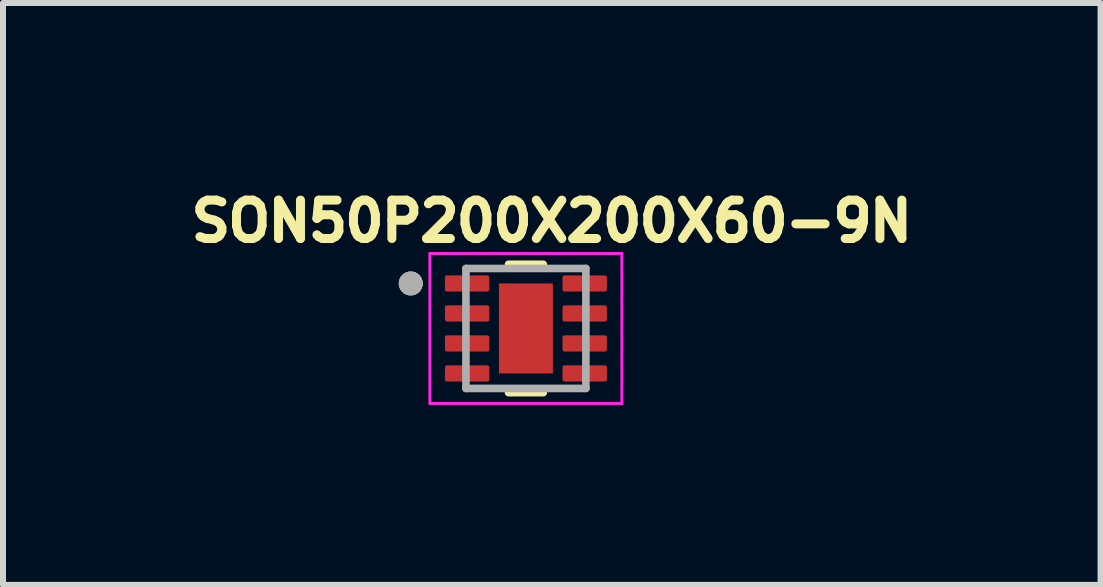
<source format=kicad_pcb>
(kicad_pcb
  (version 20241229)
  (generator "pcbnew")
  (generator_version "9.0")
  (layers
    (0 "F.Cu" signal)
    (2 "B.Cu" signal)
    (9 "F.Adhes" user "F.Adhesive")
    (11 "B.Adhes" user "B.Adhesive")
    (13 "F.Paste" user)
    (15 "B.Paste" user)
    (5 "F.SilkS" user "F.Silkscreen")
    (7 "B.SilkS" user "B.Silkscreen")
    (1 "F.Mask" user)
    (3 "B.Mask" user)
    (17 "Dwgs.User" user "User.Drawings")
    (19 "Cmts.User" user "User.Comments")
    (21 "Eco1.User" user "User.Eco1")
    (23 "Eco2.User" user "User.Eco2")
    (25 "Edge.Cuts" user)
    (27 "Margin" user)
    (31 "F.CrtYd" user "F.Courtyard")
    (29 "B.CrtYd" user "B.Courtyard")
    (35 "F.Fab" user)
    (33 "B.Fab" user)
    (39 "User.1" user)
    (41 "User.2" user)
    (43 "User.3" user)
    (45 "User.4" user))
  (footprint "SON50P200X200X60-9N"
    (layer "F.Cu")
    (at 5.718 2.426)
    (property "Reference" "SON50P200X200X60-9N" (at 0.432 -1.788 0) (layer "F.SilkS") (effects (font (size 0.64 0.64) (thickness 0.15))))
    (attr smd)
    (fp_poly (pts (xy -0.5 0.8) (xy -0.5 -0.8) (xy 0.5 -0.8) (xy 0.5 0.8)) (stroke (width 0.01) (type solid)) (fill yes) (layer "F.Mask"))
    (fp_poly (pts (xy -1.355 -0.935) (xy -0.605 -0.935) (xy -0.603 -0.935) (xy -0.6 -0.935) (xy -0.598 -0.934) (xy -0.596 -0.934) (xy -0.593 -0.933) (xy -0.591 -0.933) (xy -0.589 -0.932) (xy -0.587 -0.931) (xy -0.585 -0.93) (xy -0.583 -0.929) (xy -0.58 -0.928) (xy -0.579 -0.926) (xy -0.577 -0.925) (xy -0.575 -0.923) (xy -0.573 -0.922) (xy -0.572 -0.92) (xy -0.57 -0.918) (xy -0.569 -0.916) (xy -0.567 -0.915) (xy -0.566 -0.913) (xy -0.565 -0.91) (xy -0.564 -0.908) (xy -0.563 -0.906) (xy -0.562 -0.904) (xy -0.562 -0.902) (xy -0.561 -0.899) (xy -0.561 -0.897) (xy -0.56 -0.895) (xy -0.56 -0.892) (xy -0.56 -0.89) (xy -0.56 -0.61) (xy -0.56 -0.608) (xy -0.56 -0.605) (xy -0.561 -0.603) (xy -0.561 -0.601) (xy -0.562 -0.598) (xy -0.562 -0.596) (xy -0.563 -0.594) (xy -0.564 -0.592) (xy -0.565 -0.59) (xy -0.566 -0.587) (xy -0.567 -0.585) (xy -0.569 -0.584) (xy -0.57 -0.582) (xy -0.572 -0.58) (xy -0.573 -0.578) (xy -0.575 -0.577) (xy -0.577 -0.575) (xy -0.579 -0.574) (xy -0.58 -0.572) (xy -0.583 -0.571) (xy -0.585 -0.57) (xy -0.587 -0.569) (xy -0.589 -0.568) (xy -0.591 -0.567) (xy -0.593 -0.567) (xy -0.596 -0.566) (xy -0.598 -0.566) (xy -0.6 -0.565) (xy -0.603 -0.565) (xy -0.605 -0.565) (xy -1.355 -0.565) (xy -1.357 -0.565) (xy -1.36 -0.565) (xy -1.362 -0.566) (xy -1.364 -0.566) (xy -1.367 -0.567) (xy -1.369 -0.567) (xy -1.371 -0.568) (xy -1.373 -0.569) (xy -1.375 -0.57) (xy -1.377 -0.571) (xy -1.38 -0.572) (xy -1.381 -0.574) (xy -1.383 -0.575) (xy -1.385 -0.577) (xy -1.387 -0.578) (xy -1.388 -0.58) (xy -1.39 -0.582) (xy -1.391 -0.584) (xy -1.393 -0.585) (xy -1.394 -0.587) (xy -1.395 -0.59) (xy -1.396 -0.592) (xy -1.397 -0.594) (xy -1.398 -0.596) (xy -1.398 -0.598) (xy -1.399 -0.601) (xy -1.399 -0.603) (xy -1.4 -0.605) (xy -1.4 -0.608) (xy -1.4 -0.61) (xy -1.4 -0.89) (xy -1.4 -0.892) (xy -1.4 -0.895) (xy -1.399 -0.897) (xy -1.399 -0.899) (xy -1.398 -0.902) (xy -1.398 -0.904) (xy -1.397 -0.906) (xy -1.396 -0.908) (xy -1.395 -0.91) (xy -1.394 -0.913) (xy -1.393 -0.915) (xy -1.391 -0.916) (xy -1.39 -0.918) (xy -1.388 -0.92) (xy -1.387 -0.922) (xy -1.385 -0.923) (xy -1.383 -0.925) (xy -1.381 -0.926) (xy -1.38 -0.928) (xy -1.377 -0.929) (xy -1.375 -0.93) (xy -1.373 -0.931) (xy -1.371 -0.932) (xy -1.369 -0.933) (xy -1.367 -0.933) (xy -1.364 -0.934) (xy -1.362 -0.934) (xy -1.36 -0.935) (xy -1.357 -0.935) (xy -1.355 -0.935)) (stroke (width 0.01) (type solid)) (fill yes) (layer "F.Mask"))
    (fp_poly (pts (xy -1.355 -0.435) (xy -0.605 -0.435) (xy -0.603 -0.435) (xy -0.6 -0.435) (xy -0.598 -0.434) (xy -0.596 -0.434) (xy -0.593 -0.433) (xy -0.591 -0.433) (xy -0.589 -0.432) (xy -0.587 -0.431) (xy -0.585 -0.43) (xy -0.583 -0.429) (xy -0.58 -0.428) (xy -0.579 -0.426) (xy -0.577 -0.425) (xy -0.575 -0.423) (xy -0.573 -0.422) (xy -0.572 -0.42) (xy -0.57 -0.418) (xy -0.569 -0.416) (xy -0.567 -0.415) (xy -0.566 -0.412) (xy -0.565 -0.41) (xy -0.564 -0.408) (xy -0.563 -0.406) (xy -0.562 -0.404) (xy -0.562 -0.402) (xy -0.561 -0.399) (xy -0.561 -0.397) (xy -0.56 -0.395) (xy -0.56 -0.392) (xy -0.56 -0.39) (xy -0.56 -0.11) (xy -0.56 -0.108) (xy -0.56 -0.105) (xy -0.561 -0.103) (xy -0.561 -0.101) (xy -0.562 -0.098) (xy -0.562 -0.096) (xy -0.563 -0.094) (xy -0.564 -0.092) (xy -0.565 -0.09) (xy -0.566 -0.087) (xy -0.567 -0.085) (xy -0.569 -0.084) (xy -0.57 -0.082) (xy -0.572 -0.08) (xy -0.573 -0.078) (xy -0.575 -0.077) (xy -0.577 -0.075) (xy -0.579 -0.074) (xy -0.58 -0.072) (xy -0.583 -0.071) (xy -0.585 -0.07) (xy -0.587 -0.069) (xy -0.589 -0.068) (xy -0.591 -0.067) (xy -0.593 -0.067) (xy -0.596 -0.066) (xy -0.598 -0.066) (xy -0.6 -0.065) (xy -0.603 -0.065) (xy -0.605 -0.065) (xy -1.355 -0.065) (xy -1.357 -0.065) (xy -1.36 -0.065) (xy -1.362 -0.066) (xy -1.364 -0.066) (xy -1.367 -0.067) (xy -1.369 -0.067) (xy -1.371 -0.068) (xy -1.373 -0.069) (xy -1.375 -0.07) (xy -1.377 -0.071) (xy -1.38 -0.072) (xy -1.381 -0.074) (xy -1.383 -0.075) (xy -1.385 -0.077) (xy -1.387 -0.078) (xy -1.388 -0.08) (xy -1.39 -0.082) (xy -1.391 -0.084) (xy -1.393 -0.085) (xy -1.394 -0.087) (xy -1.395 -0.09) (xy -1.396 -0.092) (xy -1.397 -0.094) (xy -1.398 -0.096) (xy -1.398 -0.098) (xy -1.399 -0.101) (xy -1.399 -0.103) (xy -1.4 -0.105) (xy -1.4 -0.108) (xy -1.4 -0.11) (xy -1.4 -0.39) (xy -1.4 -0.392) (xy -1.4 -0.395) (xy -1.399 -0.397) (xy -1.399 -0.399) (xy -1.398 -0.402) (xy -1.398 -0.404) (xy -1.397 -0.406) (xy -1.396 -0.408) (xy -1.395 -0.41) (xy -1.394 -0.412) (xy -1.393 -0.415) (xy -1.391 -0.416) (xy -1.39 -0.418) (xy -1.388 -0.42) (xy -1.387 -0.422) (xy -1.385 -0.423) (xy -1.383 -0.425) (xy -1.381 -0.426) (xy -1.38 -0.428) (xy -1.377 -0.429) (xy -1.375 -0.43) (xy -1.373 -0.431) (xy -1.371 -0.432) (xy -1.369 -0.433) (xy -1.367 -0.433) (xy -1.364 -0.434) (xy -1.362 -0.434) (xy -1.36 -0.435) (xy -1.357 -0.435) (xy -1.355 -0.435)) (stroke (width 0.01) (type solid)) (fill yes) (layer "F.Mask"))
    (fp_poly (pts (xy -1.355 0.065) (xy -0.605 0.065) (xy -0.603 0.065) (xy -0.6 0.065) (xy -0.598 0.066) (xy -0.596 0.066) (xy -0.593 0.067) (xy -0.591 0.067) (xy -0.589 0.068) (xy -0.587 0.069) (xy -0.585 0.07) (xy -0.583 0.071) (xy -0.58 0.072) (xy -0.579 0.074) (xy -0.577 0.075) (xy -0.575 0.077) (xy -0.573 0.078) (xy -0.572 0.08) (xy -0.57 0.082) (xy -0.569 0.084) (xy -0.567 0.085) (xy -0.566 0.087) (xy -0.565 0.09) (xy -0.564 0.092) (xy -0.563 0.094) (xy -0.562 0.096) (xy -0.562 0.098) (xy -0.561 0.101) (xy -0.561 0.103) (xy -0.56 0.105) (xy -0.56 0.108) (xy -0.56 0.11) (xy -0.56 0.39) (xy -0.56 0.392) (xy -0.56 0.395) (xy -0.561 0.397) (xy -0.561 0.399) (xy -0.562 0.402) (xy -0.562 0.404) (xy -0.563 0.406) (xy -0.564 0.408) (xy -0.565 0.41) (xy -0.566 0.412) (xy -0.567 0.415) (xy -0.569 0.416) (xy -0.57 0.418) (xy -0.572 0.42) (xy -0.573 0.422) (xy -0.575 0.423) (xy -0.577 0.425) (xy -0.579 0.426) (xy -0.58 0.428) (xy -0.583 0.429) (xy -0.585 0.43) (xy -0.587 0.431) (xy -0.589 0.432) (xy -0.591 0.433) (xy -0.593 0.433) (xy -0.596 0.434) (xy -0.598 0.434) (xy -0.6 0.435) (xy -0.603 0.435) (xy -0.605 0.435) (xy -1.355 0.435) (xy -1.357 0.435) (xy -1.36 0.435) (xy -1.362 0.434) (xy -1.364 0.434) (xy -1.367 0.433) (xy -1.369 0.433) (xy -1.371 0.432) (xy -1.373 0.431) (xy -1.375 0.43) (xy -1.377 0.429) (xy -1.38 0.428) (xy -1.381 0.426) (xy -1.383 0.425) (xy -1.385 0.423) (xy -1.387 0.422) (xy -1.388 0.42) (xy -1.39 0.418) (xy -1.391 0.416) (xy -1.393 0.415) (xy -1.394 0.412) (xy -1.395 0.41) (xy -1.396 0.408) (xy -1.397 0.406) (xy -1.398 0.404) (xy -1.398 0.402) (xy -1.399 0.399) (xy -1.399 0.397) (xy -1.4 0.395) (xy -1.4 0.392) (xy -1.4 0.39) (xy -1.4 0.11) (xy -1.4 0.108) (xy -1.4 0.105) (xy -1.399 0.103) (xy -1.399 0.101) (xy -1.398 0.098) (xy -1.398 0.096) (xy -1.397 0.094) (xy -1.396 0.092) (xy -1.395 0.09) (xy -1.394 0.087) (xy -1.393 0.085) (xy -1.391 0.084) (xy -1.39 0.082) (xy -1.388 0.08) (xy -1.387 0.078) (xy -1.385 0.077) (xy -1.383 0.075) (xy -1.381 0.074) (xy -1.38 0.072) (xy -1.377 0.071) (xy -1.375 0.07) (xy -1.373 0.069) (xy -1.371 0.068) (xy -1.369 0.067) (xy -1.367 0.067) (xy -1.364 0.066) (xy -1.362 0.066) (xy -1.36 0.065) (xy -1.357 0.065) (xy -1.355 0.065)) (stroke (width 0.01) (type solid)) (fill yes) (layer "F.Mask"))
    (fp_poly (pts (xy -1.355 0.565) (xy -0.605 0.565) (xy -0.603 0.565) (xy -0.6 0.565) (xy -0.598 0.566) (xy -0.596 0.566) (xy -0.593 0.567) (xy -0.591 0.567) (xy -0.589 0.568) (xy -0.587 0.569) (xy -0.585 0.57) (xy -0.583 0.571) (xy -0.58 0.572) (xy -0.579 0.574) (xy -0.577 0.575) (xy -0.575 0.577) (xy -0.573 0.578) (xy -0.572 0.58) (xy -0.57 0.582) (xy -0.569 0.584) (xy -0.567 0.585) (xy -0.566 0.587) (xy -0.565 0.59) (xy -0.564 0.592) (xy -0.563 0.594) (xy -0.562 0.596) (xy -0.562 0.598) (xy -0.561 0.601) (xy -0.561 0.603) (xy -0.56 0.605) (xy -0.56 0.608) (xy -0.56 0.61) (xy -0.56 0.89) (xy -0.56 0.892) (xy -0.56 0.895) (xy -0.561 0.897) (xy -0.561 0.899) (xy -0.562 0.902) (xy -0.562 0.904) (xy -0.563 0.906) (xy -0.564 0.908) (xy -0.565 0.91) (xy -0.566 0.913) (xy -0.567 0.915) (xy -0.569 0.916) (xy -0.57 0.918) (xy -0.572 0.92) (xy -0.573 0.922) (xy -0.575 0.923) (xy -0.577 0.925) (xy -0.579 0.926) (xy -0.58 0.928) (xy -0.583 0.929) (xy -0.585 0.93) (xy -0.587 0.931) (xy -0.589 0.932) (xy -0.591 0.933) (xy -0.593 0.933) (xy -0.596 0.934) (xy -0.598 0.934) (xy -0.6 0.935) (xy -0.603 0.935) (xy -0.605 0.935) (xy -1.355 0.935) (xy -1.357 0.935) (xy -1.36 0.935) (xy -1.362 0.934) (xy -1.364 0.934) (xy -1.367 0.933) (xy -1.369 0.933) (xy -1.371 0.932) (xy -1.373 0.931) (xy -1.375 0.93) (xy -1.377 0.929) (xy -1.38 0.928) (xy -1.381 0.926) (xy -1.383 0.925) (xy -1.385 0.923) (xy -1.387 0.922) (xy -1.388 0.92) (xy -1.39 0.918) (xy -1.391 0.916) (xy -1.393 0.915) (xy -1.394 0.913) (xy -1.395 0.91) (xy -1.396 0.908) (xy -1.397 0.906) (xy -1.398 0.904) (xy -1.398 0.902) (xy -1.399 0.899) (xy -1.399 0.897) (xy -1.4 0.895) (xy -1.4 0.892) (xy -1.4 0.89) (xy -1.4 0.61) (xy -1.4 0.608) (xy -1.4 0.605) (xy -1.399 0.603) (xy -1.399 0.601) (xy -1.398 0.598) (xy -1.398 0.596) (xy -1.397 0.594) (xy -1.396 0.592) (xy -1.395 0.59) (xy -1.394 0.587) (xy -1.393 0.585) (xy -1.391 0.584) (xy -1.39 0.582) (xy -1.388 0.58) (xy -1.387 0.578) (xy -1.385 0.577) (xy -1.383 0.575) (xy -1.381 0.574) (xy -1.38 0.572) (xy -1.377 0.571) (xy -1.375 0.57) (xy -1.373 0.569) (xy -1.371 0.568) (xy -1.369 0.567) (xy -1.367 0.567) (xy -1.364 0.566) (xy -1.362 0.566) (xy -1.36 0.565) (xy -1.357 0.565) (xy -1.355 0.565)) (stroke (width 0.01) (type solid)) (fill yes) (layer "F.Mask"))
    (fp_poly (pts (xy 0.605 -0.935) (xy 1.355 -0.935) (xy 1.357 -0.935) (xy 1.36 -0.935) (xy 1.362 -0.934) (xy 1.364 -0.934) (xy 1.367 -0.933) (xy 1.369 -0.933) (xy 1.371 -0.932) (xy 1.373 -0.931) (xy 1.375 -0.93) (xy 1.377 -0.929) (xy 1.38 -0.928) (xy 1.381 -0.926) (xy 1.383 -0.925) (xy 1.385 -0.923) (xy 1.387 -0.922) (xy 1.388 -0.92) (xy 1.39 -0.918) (xy 1.391 -0.916) (xy 1.393 -0.915) (xy 1.394 -0.913) (xy 1.395 -0.91) (xy 1.396 -0.908) (xy 1.397 -0.906) (xy 1.398 -0.904) (xy 1.398 -0.902) (xy 1.399 -0.899) (xy 1.399 -0.897) (xy 1.4 -0.895) (xy 1.4 -0.892) (xy 1.4 -0.89) (xy 1.4 -0.61) (xy 1.4 -0.608) (xy 1.4 -0.605) (xy 1.399 -0.603) (xy 1.399 -0.601) (xy 1.398 -0.598) (xy 1.398 -0.596) (xy 1.397 -0.594) (xy 1.396 -0.592) (xy 1.395 -0.59) (xy 1.394 -0.587) (xy 1.393 -0.585) (xy 1.391 -0.584) (xy 1.39 -0.582) (xy 1.388 -0.58) (xy 1.387 -0.578) (xy 1.385 -0.577) (xy 1.383 -0.575) (xy 1.381 -0.574) (xy 1.38 -0.572) (xy 1.377 -0.571) (xy 1.375 -0.57) (xy 1.373 -0.569) (xy 1.371 -0.568) (xy 1.369 -0.567) (xy 1.367 -0.567) (xy 1.364 -0.566) (xy 1.362 -0.566) (xy 1.36 -0.565) (xy 1.357 -0.565) (xy 1.355 -0.565) (xy 0.605 -0.565) (xy 0.603 -0.565) (xy 0.6 -0.565) (xy 0.598 -0.566) (xy 0.596 -0.566) (xy 0.593 -0.567) (xy 0.591 -0.567) (xy 0.589 -0.568) (xy 0.587 -0.569) (xy 0.585 -0.57) (xy 0.583 -0.571) (xy 0.58 -0.572) (xy 0.579 -0.574) (xy 0.577 -0.575) (xy 0.575 -0.577) (xy 0.573 -0.578) (xy 0.572 -0.58) (xy 0.57 -0.582) (xy 0.569 -0.584) (xy 0.567 -0.585) (xy 0.566 -0.587) (xy 0.565 -0.59) (xy 0.564 -0.592) (xy 0.563 -0.594) (xy 0.562 -0.596) (xy 0.562 -0.598) (xy 0.561 -0.601) (xy 0.561 -0.603) (xy 0.56 -0.605) (xy 0.56 -0.608) (xy 0.56 -0.61) (xy 0.56 -0.89) (xy 0.56 -0.892) (xy 0.56 -0.895) (xy 0.561 -0.897) (xy 0.561 -0.899) (xy 0.562 -0.902) (xy 0.562 -0.904) (xy 0.563 -0.906) (xy 0.564 -0.908) (xy 0.565 -0.91) (xy 0.566 -0.913) (xy 0.567 -0.915) (xy 0.569 -0.916) (xy 0.57 -0.918) (xy 0.572 -0.92) (xy 0.573 -0.922) (xy 0.575 -0.923) (xy 0.577 -0.925) (xy 0.579 -0.926) (xy 0.58 -0.928) (xy 0.583 -0.929) (xy 0.585 -0.93) (xy 0.587 -0.931) (xy 0.589 -0.932) (xy 0.591 -0.933) (xy 0.593 -0.933) (xy 0.596 -0.934) (xy 0.598 -0.934) (xy 0.6 -0.935) (xy 0.603 -0.935) (xy 0.605 -0.935)) (stroke (width 0.01) (type solid)) (fill yes) (layer "F.Mask"))
    (fp_poly (pts (xy 0.605 -0.435) (xy 1.355 -0.435) (xy 1.357 -0.435) (xy 1.36 -0.435) (xy 1.362 -0.434) (xy 1.364 -0.434) (xy 1.367 -0.433) (xy 1.369 -0.433) (xy 1.371 -0.432) (xy 1.373 -0.431) (xy 1.375 -0.43) (xy 1.377 -0.429) (xy 1.38 -0.428) (xy 1.381 -0.426) (xy 1.383 -0.425) (xy 1.385 -0.423) (xy 1.387 -0.422) (xy 1.388 -0.42) (xy 1.39 -0.418) (xy 1.391 -0.416) (xy 1.393 -0.415) (xy 1.394 -0.412) (xy 1.395 -0.41) (xy 1.396 -0.408) (xy 1.397 -0.406) (xy 1.398 -0.404) (xy 1.398 -0.402) (xy 1.399 -0.399) (xy 1.399 -0.397) (xy 1.4 -0.395) (xy 1.4 -0.392) (xy 1.4 -0.39) (xy 1.4 -0.11) (xy 1.4 -0.108) (xy 1.4 -0.105) (xy 1.399 -0.103) (xy 1.399 -0.101) (xy 1.398 -0.098) (xy 1.398 -0.096) (xy 1.397 -0.094) (xy 1.396 -0.092) (xy 1.395 -0.09) (xy 1.394 -0.087) (xy 1.393 -0.085) (xy 1.391 -0.084) (xy 1.39 -0.082) (xy 1.388 -0.08) (xy 1.387 -0.078) (xy 1.385 -0.077) (xy 1.383 -0.075) (xy 1.381 -0.074) (xy 1.38 -0.072) (xy 1.377 -0.071) (xy 1.375 -0.07) (xy 1.373 -0.069) (xy 1.371 -0.068) (xy 1.369 -0.067) (xy 1.367 -0.067) (xy 1.364 -0.066) (xy 1.362 -0.066) (xy 1.36 -0.065) (xy 1.357 -0.065) (xy 1.355 -0.065) (xy 0.605 -0.065) (xy 0.603 -0.065) (xy 0.6 -0.065) (xy 0.598 -0.066) (xy 0.596 -0.066) (xy 0.593 -0.067) (xy 0.591 -0.067) (xy 0.589 -0.068) (xy 0.587 -0.069) (xy 0.585 -0.07) (xy 0.583 -0.071) (xy 0.58 -0.072) (xy 0.579 -0.074) (xy 0.577 -0.075) (xy 0.575 -0.077) (xy 0.573 -0.078) (xy 0.572 -0.08) (xy 0.57 -0.082) (xy 0.569 -0.084) (xy 0.567 -0.085) (xy 0.566 -0.087) (xy 0.565 -0.09) (xy 0.564 -0.092) (xy 0.563 -0.094) (xy 0.562 -0.096) (xy 0.562 -0.098) (xy 0.561 -0.101) (xy 0.561 -0.103) (xy 0.56 -0.105) (xy 0.56 -0.108) (xy 0.56 -0.11) (xy 0.56 -0.39) (xy 0.56 -0.392) (xy 0.56 -0.395) (xy 0.561 -0.397) (xy 0.561 -0.399) (xy 0.562 -0.402) (xy 0.562 -0.404) (xy 0.563 -0.406) (xy 0.564 -0.408) (xy 0.565 -0.41) (xy 0.566 -0.412) (xy 0.567 -0.415) (xy 0.569 -0.416) (xy 0.57 -0.418) (xy 0.572 -0.42) (xy 0.573 -0.422) (xy 0.575 -0.423) (xy 0.577 -0.425) (xy 0.579 -0.426) (xy 0.58 -0.428) (xy 0.583 -0.429) (xy 0.585 -0.43) (xy 0.587 -0.431) (xy 0.589 -0.432) (xy 0.591 -0.433) (xy 0.593 -0.433) (xy 0.596 -0.434) (xy 0.598 -0.434) (xy 0.6 -0.435) (xy 0.603 -0.435) (xy 0.605 -0.435)) (stroke (width 0.01) (type solid)) (fill yes) (layer "F.Mask"))
    (fp_poly (pts (xy 0.605 0.065) (xy 1.355 0.065) (xy 1.357 0.065) (xy 1.36 0.065) (xy 1.362 0.066) (xy 1.364 0.066) (xy 1.367 0.067) (xy 1.369 0.067) (xy 1.371 0.068) (xy 1.373 0.069) (xy 1.375 0.07) (xy 1.377 0.071) (xy 1.38 0.072) (xy 1.381 0.074) (xy 1.383 0.075) (xy 1.385 0.077) (xy 1.387 0.078) (xy 1.388 0.08) (xy 1.39 0.082) (xy 1.391 0.084) (xy 1.393 0.085) (xy 1.394 0.087) (xy 1.395 0.09) (xy 1.396 0.092) (xy 1.397 0.094) (xy 1.398 0.096) (xy 1.398 0.098) (xy 1.399 0.101) (xy 1.399 0.103) (xy 1.4 0.105) (xy 1.4 0.108) (xy 1.4 0.11) (xy 1.4 0.39) (xy 1.4 0.392) (xy 1.4 0.395) (xy 1.399 0.397) (xy 1.399 0.399) (xy 1.398 0.402) (xy 1.398 0.404) (xy 1.397 0.406) (xy 1.396 0.408) (xy 1.395 0.41) (xy 1.394 0.412) (xy 1.393 0.415) (xy 1.391 0.416) (xy 1.39 0.418) (xy 1.388 0.42) (xy 1.387 0.422) (xy 1.385 0.423) (xy 1.383 0.425) (xy 1.381 0.426) (xy 1.38 0.428) (xy 1.377 0.429) (xy 1.375 0.43) (xy 1.373 0.431) (xy 1.371 0.432) (xy 1.369 0.433) (xy 1.367 0.433) (xy 1.364 0.434) (xy 1.362 0.434) (xy 1.36 0.435) (xy 1.357 0.435) (xy 1.355 0.435) (xy 0.605 0.435) (xy 0.603 0.435) (xy 0.6 0.435) (xy 0.598 0.434) (xy 0.596 0.434) (xy 0.593 0.433) (xy 0.591 0.433) (xy 0.589 0.432) (xy 0.587 0.431) (xy 0.585 0.43) (xy 0.583 0.429) (xy 0.58 0.428) (xy 0.579 0.426) (xy 0.577 0.425) (xy 0.575 0.423) (xy 0.573 0.422) (xy 0.572 0.42) (xy 0.57 0.418) (xy 0.569 0.416) (xy 0.567 0.415) (xy 0.566 0.412) (xy 0.565 0.41) (xy 0.564 0.408) (xy 0.563 0.406) (xy 0.562 0.404) (xy 0.562 0.402) (xy 0.561 0.399) (xy 0.561 0.397) (xy 0.56 0.395) (xy 0.56 0.392) (xy 0.56 0.39) (xy 0.56 0.11) (xy 0.56 0.108) (xy 0.56 0.105) (xy 0.561 0.103) (xy 0.561 0.101) (xy 0.562 0.098) (xy 0.562 0.096) (xy 0.563 0.094) (xy 0.564 0.092) (xy 0.565 0.09) (xy 0.566 0.087) (xy 0.567 0.085) (xy 0.569 0.084) (xy 0.57 0.082) (xy 0.572 0.08) (xy 0.573 0.078) (xy 0.575 0.077) (xy 0.577 0.075) (xy 0.579 0.074) (xy 0.58 0.072) (xy 0.583 0.071) (xy 0.585 0.07) (xy 0.587 0.069) (xy 0.589 0.068) (xy 0.591 0.067) (xy 0.593 0.067) (xy 0.596 0.066) (xy 0.598 0.066) (xy 0.6 0.065) (xy 0.603 0.065) (xy 0.605 0.065)) (stroke (width 0.01) (type solid)) (fill yes) (layer "F.Mask"))
    (fp_poly (pts (xy 0.605 0.565) (xy 1.355 0.565) (xy 1.357 0.565) (xy 1.36 0.565) (xy 1.362 0.566) (xy 1.364 0.566) (xy 1.367 0.567) (xy 1.369 0.567) (xy 1.371 0.568) (xy 1.373 0.569) (xy 1.375 0.57) (xy 1.377 0.571) (xy 1.38 0.572) (xy 1.381 0.574) (xy 1.383 0.575) (xy 1.385 0.577) (xy 1.387 0.578) (xy 1.388 0.58) (xy 1.39 0.582) (xy 1.391 0.584) (xy 1.393 0.585) (xy 1.394 0.587) (xy 1.395 0.59) (xy 1.396 0.592) (xy 1.397 0.594) (xy 1.398 0.596) (xy 1.398 0.598) (xy 1.399 0.601) (xy 1.399 0.603) (xy 1.4 0.605) (xy 1.4 0.608) (xy 1.4 0.61) (xy 1.4 0.89) (xy 1.4 0.892) (xy 1.4 0.895) (xy 1.399 0.897) (xy 1.399 0.899) (xy 1.398 0.902) (xy 1.398 0.904) (xy 1.397 0.906) (xy 1.396 0.908) (xy 1.395 0.91) (xy 1.394 0.913) (xy 1.393 0.915) (xy 1.391 0.916) (xy 1.39 0.918) (xy 1.388 0.92) (xy 1.387 0.922) (xy 1.385 0.923) (xy 1.383 0.925) (xy 1.381 0.926) (xy 1.38 0.928) (xy 1.377 0.929) (xy 1.375 0.93) (xy 1.373 0.931) (xy 1.371 0.932) (xy 1.369 0.933) (xy 1.367 0.933) (xy 1.364 0.934) (xy 1.362 0.934) (xy 1.36 0.935) (xy 1.357 0.935) (xy 1.355 0.935) (xy 0.605 0.935) (xy 0.603 0.935) (xy 0.6 0.935) (xy 0.598 0.934) (xy 0.596 0.934) (xy 0.593 0.933) (xy 0.591 0.933) (xy 0.589 0.932) (xy 0.587 0.931) (xy 0.585 0.93) (xy 0.583 0.929) (xy 0.58 0.928) (xy 0.579 0.926) (xy 0.577 0.925) (xy 0.575 0.923) (xy 0.573 0.922) (xy 0.572 0.92) (xy 0.57 0.918) (xy 0.569 0.916) (xy 0.567 0.915) (xy 0.566 0.913) (xy 0.565 0.91) (xy 0.564 0.908) (xy 0.563 0.906) (xy 0.562 0.904) (xy 0.562 0.902) (xy 0.561 0.899) (xy 0.561 0.897) (xy 0.56 0.895) (xy 0.56 0.892) (xy 0.56 0.89) (xy 0.56 0.61) (xy 0.56 0.608) (xy 0.56 0.605) (xy 0.561 0.603) (xy 0.561 0.601) (xy 0.562 0.598) (xy 0.562 0.596) (xy 0.563 0.594) (xy 0.564 0.592) (xy 0.565 0.59) (xy 0.566 0.587) (xy 0.567 0.585) (xy 0.569 0.584) (xy 0.57 0.582) (xy 0.572 0.58) (xy 0.573 0.578) (xy 0.575 0.577) (xy 0.577 0.575) (xy 0.579 0.574) (xy 0.58 0.572) (xy 0.583 0.571) (xy 0.585 0.57) (xy 0.587 0.569) (xy 0.589 0.568) (xy 0.591 0.567) (xy 0.593 0.567) (xy 0.596 0.566) (xy 0.598 0.566) (xy 0.6 0.565) (xy 0.603 0.565) (xy 0.605 0.565)) (stroke (width 0.01) (type solid)) (fill yes) (layer "F.Mask"))
    (fp_line (start -0.29 -1.07) (end 0.29 -1.07) (stroke (width 0.127) (type solid)) (layer "F.SilkS"))
    (fp_line (start -0.29 1.07) (end 0.29 1.07) (stroke (width 0.127) (type solid)) (layer "F.SilkS"))
    (fp_circle (center -1.92 -0.75) (end -1.82 -0.75) (stroke (width 0.2) (type solid)) (fill no) (layer "F.SilkS"))
    (fp_poly (pts (xy -0.28 -0.47) (xy 0.28 -0.47) (xy 0.28 0.47) (xy -0.28 0.47)) (stroke (width 0.01) (type solid)) (fill yes) (layer "F.Paste"))
    (fp_line (start -1.6 -1.25) (end -1.6 1.25) (stroke (width 0.05) (type solid)) (layer "F.CrtYd"))
    (fp_line (start -1.6 -1.25) (end 1.6 -1.25) (stroke (width 0.05) (type solid)) (layer "F.CrtYd"))
    (fp_line (start -1.6 1.25) (end 1.6 1.25) (stroke (width 0.05) (type solid)) (layer "F.CrtYd"))
    (fp_line (start 1.6 -1.25) (end 1.6 1.25) (stroke (width 0.05) (type solid)) (layer "F.CrtYd"))
    (fp_line (start -1 -1) (end -1 1) (stroke (width 0.127) (type solid)) (layer "F.Fab"))
    (fp_line (start -1 -1) (end 1 -1) (stroke (width 0.127) (type solid)) (layer "F.Fab"))
    (fp_line (start -1 1) (end 1 1) (stroke (width 0.127) (type solid)) (layer "F.Fab"))
    (fp_line (start 1 -1) (end 1 1) (stroke (width 0.127) (type solid)) (layer "F.Fab"))
    (fp_circle (center -1.92 -0.75) (end -1.82 -0.75) (stroke (width 0.2) (type solid)) (fill no) (layer "F.Fab"))
    (pad "1" smd roundrect (at -0.98 -0.75) (size 0.74 0.27) (layers "F.Cu" "F.Paste") (roundrect_rratio 0.125))
    (pad "2" smd roundrect (at -0.98 -0.25) (size 0.74 0.27) (layers "F.Cu" "F.Paste") (roundrect_rratio 0.125))
    (pad "3" smd roundrect (at -0.98 0.25) (size 0.74 0.27) (layers "F.Cu" "F.Paste") (roundrect_rratio 0.125))
    (pad "4" smd roundrect (at -0.98 0.75) (size 0.74 0.27) (layers "F.Cu" "F.Paste") (roundrect_rratio 0.125))
    (pad "5" smd roundrect (at 0.98 0.75) (size 0.74 0.27) (layers "F.Cu" "F.Paste") (roundrect_rratio 0.125))
    (pad "6" smd roundrect (at 0.98 0.25) (size 0.74 0.27) (layers "F.Cu" "F.Paste") (roundrect_rratio 0.125))
    (pad "7" smd roundrect (at 0.98 -0.25) (size 0.74 0.27) (layers "F.Cu" "F.Paste") (roundrect_rratio 0.125))
    (pad "8" smd roundrect (at 0.98 -0.75) (size 0.74 0.27) (layers "F.Cu" "F.Paste") (roundrect_rratio 0.125))
    (pad "9" smd rect (at 0 0) (size 0.9 1.5) (layers "F.Cu")))
  (gr_rect
    (start -3 -3)
    (end 15.299 6.701)
    (stroke (width 0.1) (type default))
    (fill no)
    (layer "Edge.Cuts")))
</source>
